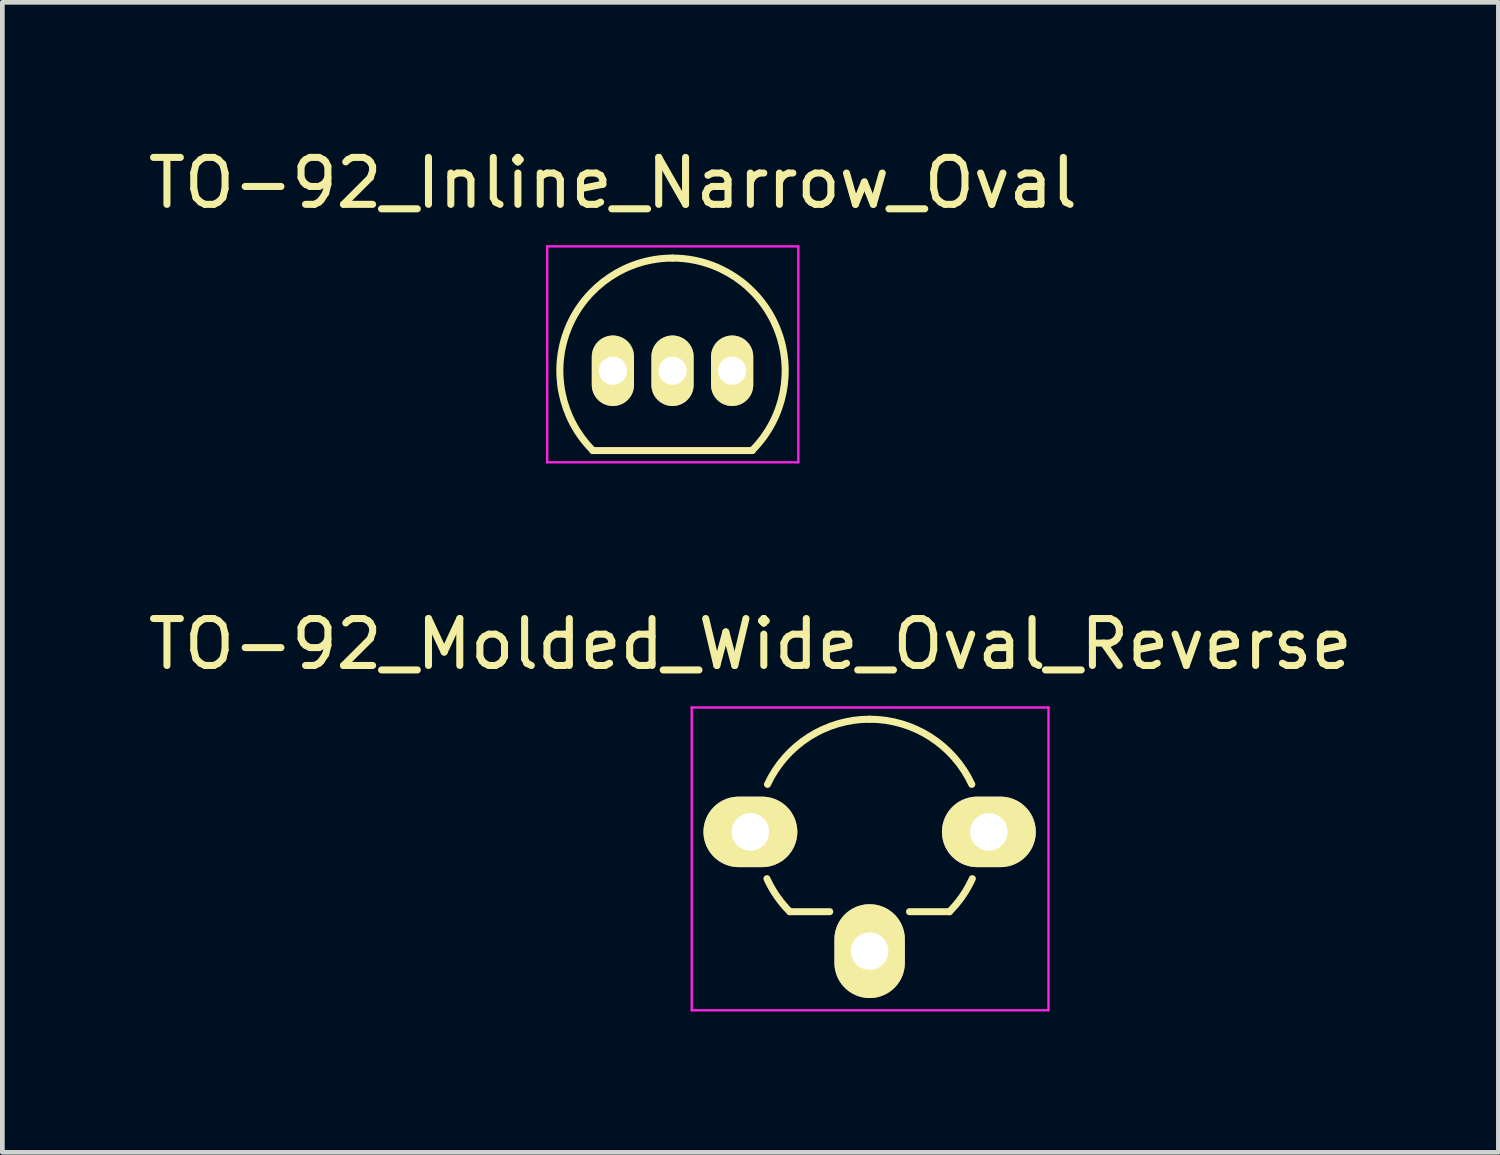
<source format=kicad_pcb>
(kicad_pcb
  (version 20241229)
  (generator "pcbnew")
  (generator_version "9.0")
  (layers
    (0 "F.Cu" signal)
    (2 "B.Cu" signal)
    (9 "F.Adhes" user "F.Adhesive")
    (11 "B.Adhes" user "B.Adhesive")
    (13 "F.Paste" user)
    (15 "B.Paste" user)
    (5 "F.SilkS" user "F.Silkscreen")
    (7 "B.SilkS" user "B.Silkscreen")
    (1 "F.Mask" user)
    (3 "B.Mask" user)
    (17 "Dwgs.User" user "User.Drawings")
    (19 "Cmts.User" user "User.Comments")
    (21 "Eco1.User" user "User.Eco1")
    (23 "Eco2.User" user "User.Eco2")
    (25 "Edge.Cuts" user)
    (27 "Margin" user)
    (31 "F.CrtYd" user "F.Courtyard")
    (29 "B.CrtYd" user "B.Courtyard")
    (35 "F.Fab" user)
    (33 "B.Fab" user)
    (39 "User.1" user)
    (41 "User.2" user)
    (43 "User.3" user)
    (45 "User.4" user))
  (footprint "TO-92_Molded_Wide_Oval_Reverse"
    (layer "F.Cu")
    (at 12.935 14.671)
    (property "Reference" "TO-92_Molded_Wide_Oval_Reverse" (at 0 -4 0) (layer "F.SilkS") (effects (font (size 1 1) (thickness 0.15))))
    (attr through_hole)
    (fp_line (start 0.84 1.7) (end 1.69 1.7) (stroke (width 0.15) (type solid)) (layer "F.SilkS"))
    (fp_line (start 3.39 1.7) (end 4.24 1.7) (stroke (width 0.15) (type solid)) (layer "F.SilkS"))
    (fp_arc (start 0.363869 -1.012153) (mid 1.24949 -2.023508) (end 2.54 -2.4) (stroke (width 0.15) (type solid)) (layer "F.SilkS"))
    (fp_arc (start 0.84 1.7) (mid 0.564627 1.370365) (end 0.352305 0.99699) (stroke (width 0.15) (type solid)) (layer "F.SilkS"))
    (fp_arc (start 2.54 -2.4) (mid 3.83051 -2.023508) (end 4.716131 -1.012153) (stroke (width 0.15) (type solid)) (layer "F.SilkS"))
    (fp_arc (start 4.727695 0.99699) (mid 4.515373 1.370365) (end 4.24 1.7) (stroke (width 0.15) (type solid)) (layer "F.SilkS"))
    (fp_line (start -1.25 -2.65) (end 6.35 -2.65) (stroke (width 0.05) (type solid)) (layer "F.CrtYd"))
    (fp_line (start -1.25 3.8) (end -1.25 -2.65) (stroke (width 0.05) (type solid)) (layer "F.CrtYd"))
    (fp_line (start -1.25 3.8) (end 6.35 3.8) (stroke (width 0.05) (type solid)) (layer "F.CrtYd"))
    (fp_line (start 6.35 3.8) (end 6.35 -2.65) (stroke (width 0.05) (type solid)) (layer "F.CrtYd"))
    (pad "1" thru_hole oval (at 0 0 90) (size 1.501 1.999) (drill 0.8) (layers "*.Cu" "*.Mask" "F.SilkS"))
    (pad "2" thru_hole oval (at 2.54 2.54 90) (size 1.999 1.501) (drill 0.8) (layers "*.Cu" "*.Mask" "F.SilkS"))
    (pad "3" thru_hole oval (at 5.08 0 90) (size 1.501 1.999) (drill 0.8) (layers "*.Cu" "*.Mask" "F.SilkS")))
  (footprint "TO-92_Inline_Narrow_Oval"
    (layer "F.Cu")
    (at 10.006 4.848)
    (property "Reference" "TO-92_Inline_Narrow_Oval" (at 0 -4 0) (layer "F.SilkS") (effects (font (size 1 1) (thickness 0.15))))
    (attr through_hole)
    (fp_line (start -0.43 1.7) (end 2.97 1.7) (stroke (width 0.15) (type solid)) (layer "F.SilkS"))
    (fp_arc (start -0.427056 1.697056) (mid -0.947311 -0.91844) (end 1.27 -2.4) (stroke (width 0.15) (type solid)) (layer "F.SilkS"))
    (fp_arc (start 1.27 -2.4) (mid 3.487311 -0.91844) (end 2.967056 1.697056) (stroke (width 0.15) (type solid)) (layer "F.SilkS"))
    (fp_line (start -1.4 -2.65) (end 3.95 -2.65) (stroke (width 0.05) (type solid)) (layer "F.CrtYd"))
    (fp_line (start -1.4 1.95) (end -1.4 -2.65) (stroke (width 0.05) (type solid)) (layer "F.CrtYd"))
    (fp_line (start -1.4 1.95) (end 3.95 1.95) (stroke (width 0.05) (type solid)) (layer "F.CrtYd"))
    (fp_line (start 3.95 1.95) (end 3.95 -2.65) (stroke (width 0.05) (type solid)) (layer "F.CrtYd"))
    (pad "1" thru_hole oval (at 0 0 180) (size 0.899 1.501) (drill 0.6) (layers "*.Cu" "*.Mask" "F.SilkS"))
    (pad "2" thru_hole oval (at 1.27 0 180) (size 0.899 1.501) (drill 0.6) (layers "*.Cu" "*.Mask" "F.SilkS"))
    (pad "3" thru_hole oval (at 2.54 0 180) (size 0.899 1.501) (drill 0.6) (layers "*.Cu" "*.Mask" "F.SilkS")))
  (gr_rect
    (start -3 -3)
    (end 28.869 21.497)
    (stroke (width 0.1) (type default))
    (fill no)
    (layer "Edge.Cuts")))
</source>
